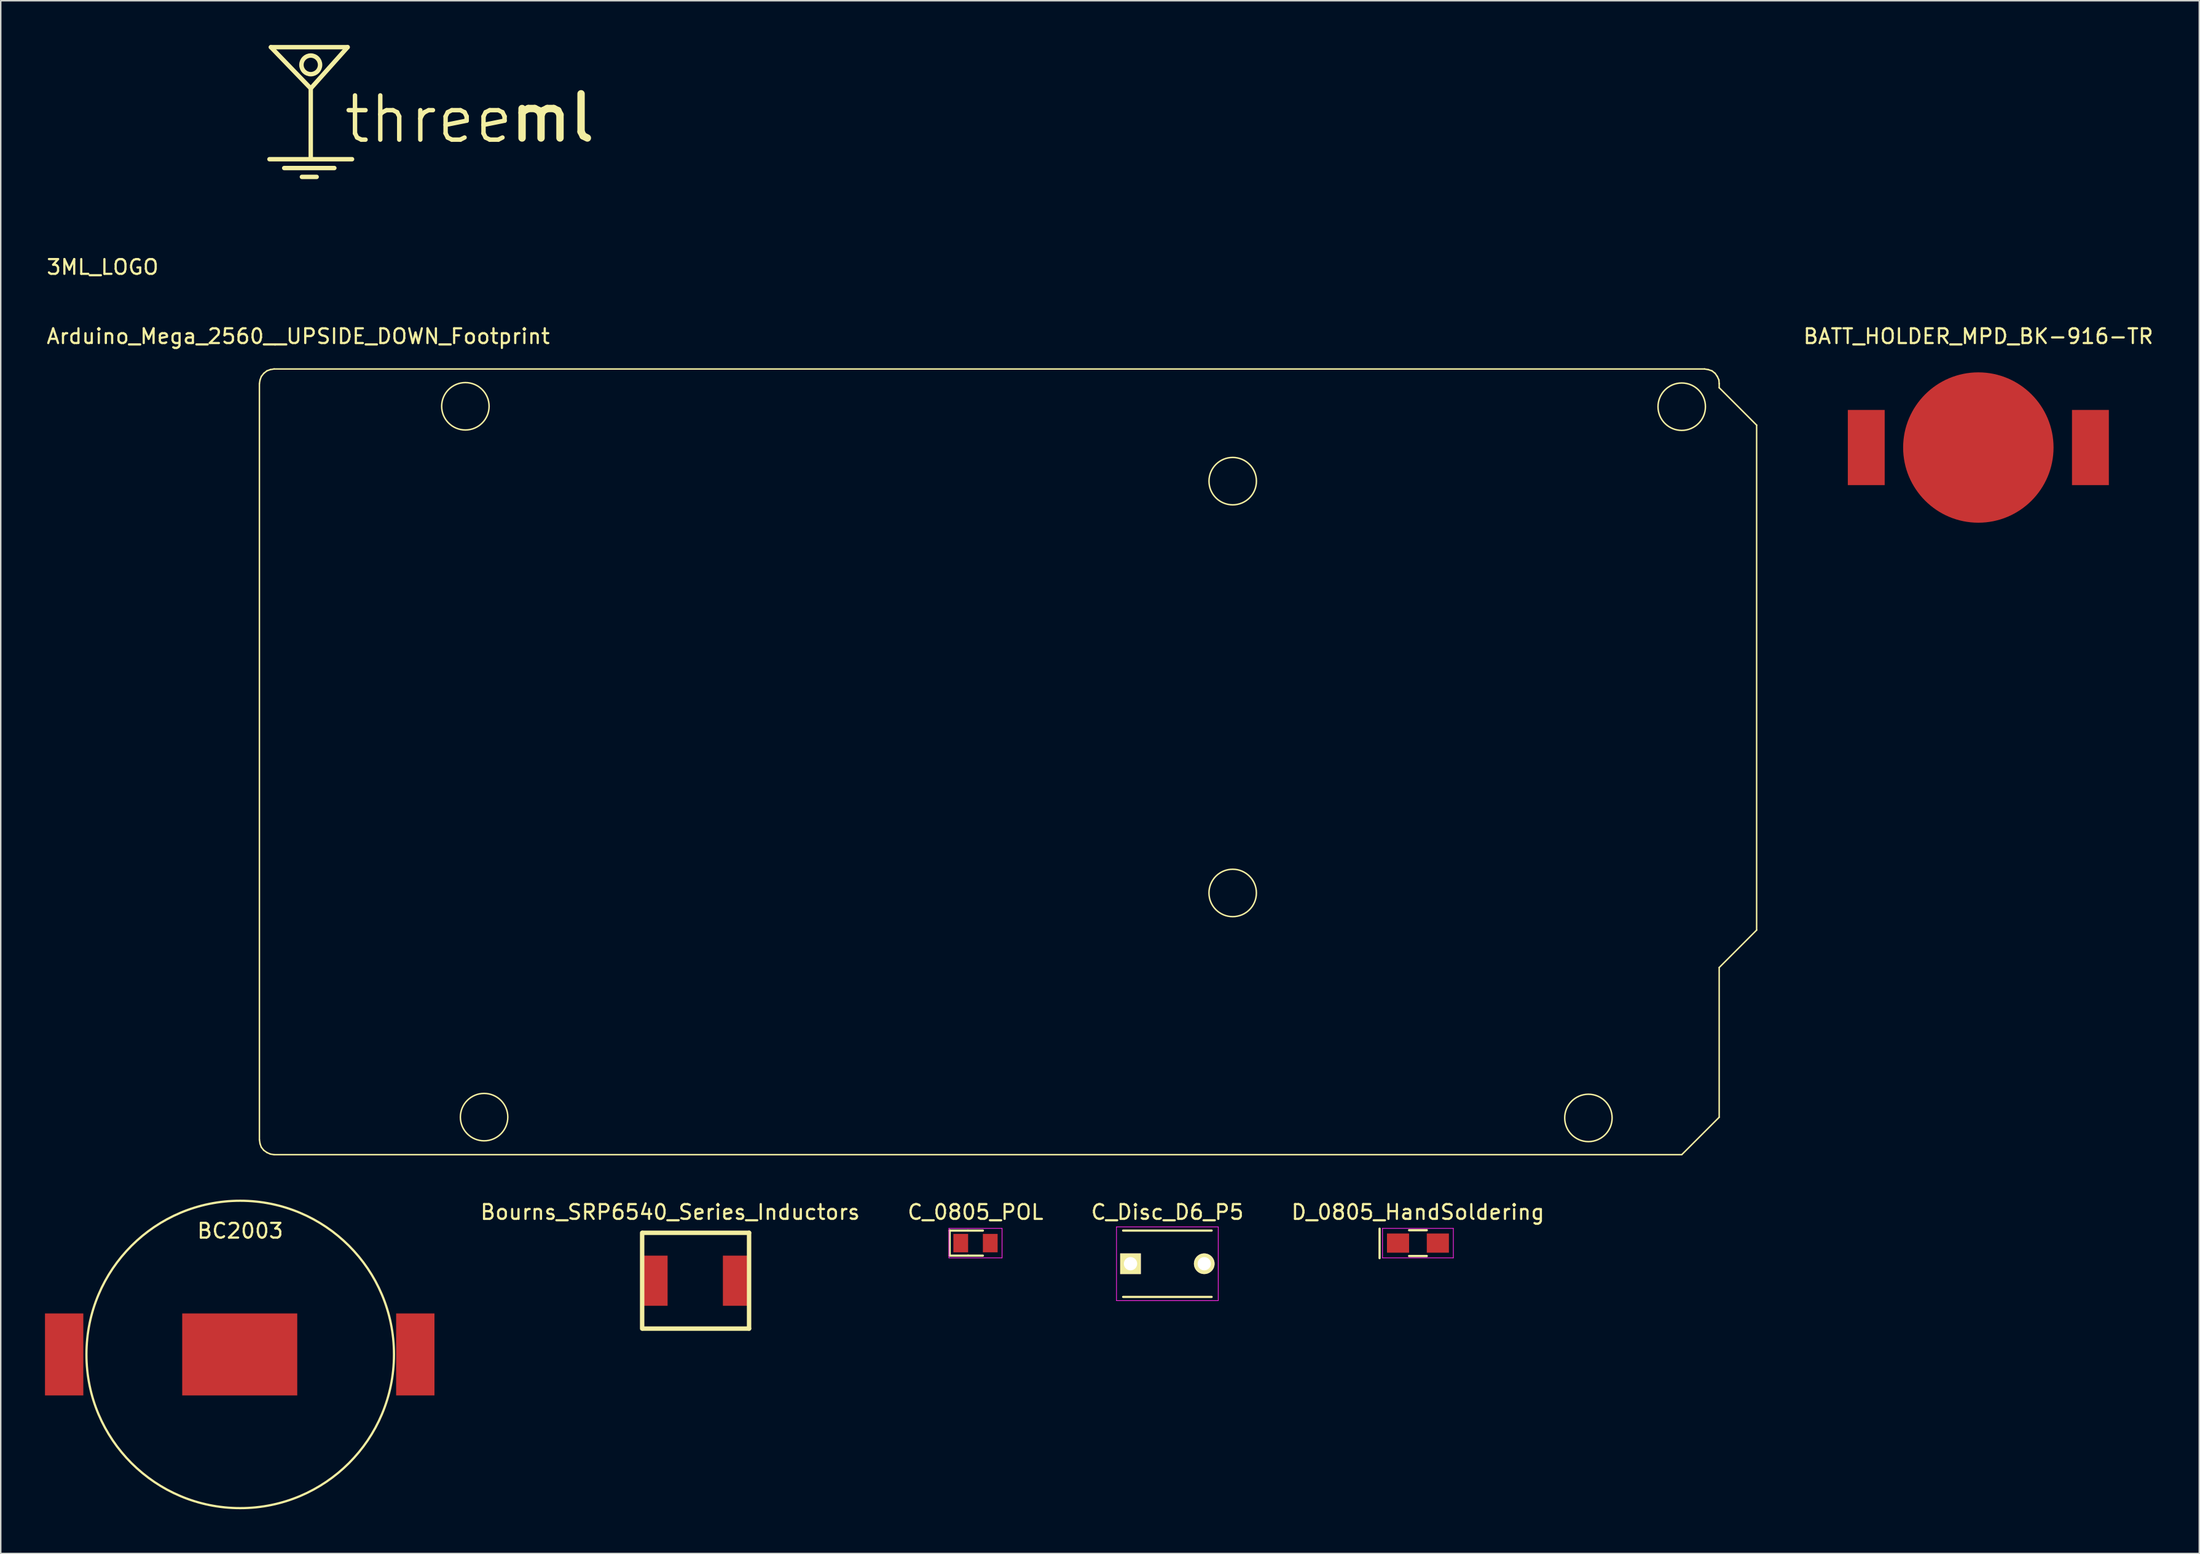
<source format=kicad_pcb>
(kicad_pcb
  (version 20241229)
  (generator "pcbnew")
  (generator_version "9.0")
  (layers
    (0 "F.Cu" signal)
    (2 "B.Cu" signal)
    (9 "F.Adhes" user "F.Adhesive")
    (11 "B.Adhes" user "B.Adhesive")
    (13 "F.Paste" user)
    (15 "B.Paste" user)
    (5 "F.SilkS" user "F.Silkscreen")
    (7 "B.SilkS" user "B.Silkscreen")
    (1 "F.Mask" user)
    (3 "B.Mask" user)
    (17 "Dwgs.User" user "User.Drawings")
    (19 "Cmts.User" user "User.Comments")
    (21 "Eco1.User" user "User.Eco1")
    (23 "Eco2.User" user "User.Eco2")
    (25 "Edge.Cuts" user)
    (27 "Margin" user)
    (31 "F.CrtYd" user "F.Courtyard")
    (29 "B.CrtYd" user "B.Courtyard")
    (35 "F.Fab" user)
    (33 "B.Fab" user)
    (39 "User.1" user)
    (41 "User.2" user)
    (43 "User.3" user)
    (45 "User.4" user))
  (footprint "D_0805_HandSoldering"
    (layer "F.Cu")
    (at 93.095 81.281)
    (property "Reference" "D_0805_HandSoldering" (at 0 -2.1 0) (layer "F.SilkS") (effects (font (size 1 1) (thickness 0.15))))
    (attr smd)
    (fp_line (start -2.6 -0.98) (end -2.6 1.02) (stroke (width 0.15) (type solid)) (layer "F.SilkS"))
    (fp_line (start -0.6 -0.875) (end 0.6 -0.875) (stroke (width 0.15) (type solid)) (layer "F.SilkS"))
    (fp_line (start 0.6 0.875) (end -0.6 0.875) (stroke (width 0.15) (type solid)) (layer "F.SilkS"))
    (fp_line (start -2.4 -1) (end -2.4 1) (stroke (width 0.05) (type solid)) (layer "F.CrtYd"))
    (fp_line (start -2.4 -1) (end 2.4 -1) (stroke (width 0.05) (type solid)) (layer "F.CrtYd"))
    (fp_line (start -2.4 1) (end 2.4 1) (stroke (width 0.05) (type solid)) (layer "F.CrtYd"))
    (fp_line (start 2.4 -1) (end 2.4 1) (stroke (width 0.05) (type solid)) (layer "F.CrtYd"))
    (pad "1" smd rect (at -1.35 0) (size 1.5 1.3) (layers "F.Cu" "F.Mask" "F.Paste"))
    (pad "2" smd rect (at 1.35 0) (size 1.5 1.3) (layers "F.Cu" "F.Mask" "F.Paste")))
  (footprint "Arduino_Mega_2560__UPSIDE_DOWN_Footprint"
    (layer "F.Cu")
    (at 63.553 49.535)
    (property "Reference" "Arduino_Mega_2560__UPSIDE_DOWN_Footprint" (at -46.38 -29.769 0) (layer "F.SilkS") (effects (font (size 1 1) (thickness 0.15))))
    (attr through_hole)
    (fp_line (start -49.013 -26.558) (end -48.971 -26.812) (stroke (width 0.1) (type solid)) (layer "F.SilkS"))
    (fp_line (start -49.013 24.731) (end -49.013 -26.558) (stroke (width 0.1) (type solid)) (layer "F.SilkS"))
    (fp_line (start -48.971 -26.812) (end -48.886 -27.045) (stroke (width 0.1) (type solid)) (layer "F.SilkS"))
    (fp_line (start -48.971 25.006) (end -49.013 24.731) (stroke (width 0.1) (type solid)) (layer "F.SilkS"))
    (fp_line (start -48.886 -27.045) (end -48.717 -27.257) (stroke (width 0.1) (type solid)) (layer "F.SilkS"))
    (fp_line (start -48.886 25.239) (end -48.971 25.006) (stroke (width 0.1) (type solid)) (layer "F.SilkS"))
    (fp_line (start -48.717 -27.257) (end -48.506 -27.426) (stroke (width 0.1) (type solid)) (layer "F.SilkS"))
    (fp_line (start -48.717 25.451) (end -48.886 25.239) (stroke (width 0.1) (type solid)) (layer "F.SilkS"))
    (fp_line (start -48.506 -27.426) (end -48.273 -27.511) (stroke (width 0.1) (type solid)) (layer "F.SilkS"))
    (fp_line (start -48.506 25.599) (end -48.717 25.451) (stroke (width 0.1) (type solid)) (layer "F.SilkS"))
    (fp_line (start -48.273 -27.511) (end -48.019 -27.553) (stroke (width 0.1) (type solid)) (layer "F.SilkS"))
    (fp_line (start -48.273 25.705) (end -48.506 25.599) (stroke (width 0.1) (type solid)) (layer "F.SilkS"))
    (fp_line (start -48.019 -27.553) (end 48.975 -27.553) (stroke (width 0.1) (type solid)) (layer "F.SilkS"))
    (fp_line (start -48.019 25.747) (end -48.273 25.705) (stroke (width 0.1) (type solid)) (layer "F.SilkS"))
    (fp_line (start 47.43 25.747) (end -48.019 25.747) (stroke (width 0.1) (type solid)) (layer "F.SilkS"))
    (fp_line (start 48.975 -27.553) (end 49.229 -27.511) (stroke (width 0.1) (type solid)) (layer "F.SilkS"))
    (fp_line (start 49.229 -27.511) (end 49.483 -27.426) (stroke (width 0.1) (type solid)) (layer "F.SilkS"))
    (fp_line (start 49.483 -27.426) (end 49.694 -27.257) (stroke (width 0.1) (type solid)) (layer "F.SilkS"))
    (fp_line (start 49.694 -27.257) (end 49.842 -27.045) (stroke (width 0.1) (type solid)) (layer "F.SilkS"))
    (fp_line (start 49.842 -27.045) (end 49.948 -26.812) (stroke (width 0.1) (type solid)) (layer "F.SilkS"))
    (fp_line (start 49.948 -26.812) (end 49.969 -26.558) (stroke (width 0.1) (type solid)) (layer "F.SilkS"))
    (fp_line (start 49.969 -26.558) (end 49.969 -26.283) (stroke (width 0.1) (type solid)) (layer "F.SilkS"))
    (fp_line (start 49.969 -26.283) (end 52.508 -23.744) (stroke (width 0.1) (type solid)) (layer "F.SilkS"))
    (fp_line (start 49.969 13.052) (end 49.969 23.208) (stroke (width 0.1) (type solid)) (layer "F.SilkS"))
    (fp_line (start 49.969 23.208) (end 47.43 25.747) (stroke (width 0.1) (type solid)) (layer "F.SilkS"))
    (fp_line (start 52.508 -23.744) (end 52.508 10.512) (stroke (width 0.1) (type solid)) (layer "F.SilkS"))
    (fp_line (start 52.508 10.512) (end 49.969 13.052) (stroke (width 0.1) (type solid)) (layer "F.SilkS"))
    (fp_circle (center -35.047 -25.023) (end -33.439 -25.023) (stroke (width 0.1) (type solid)) (fill no) (layer "F.SilkS"))
    (fp_circle (center -33.778 23.199) (end -32.17 23.199) (stroke (width 0.1) (type solid)) (fill no) (layer "F.SilkS"))
    (fp_circle (center 16.981 7.992) (end 18.589 7.992) (stroke (width 0.1) (type solid)) (fill no) (layer "F.SilkS"))
    (fp_circle (center 16.983 -19.945) (end 18.591 -19.945) (stroke (width 0.1) (type solid)) (fill no) (layer "F.SilkS"))
    (fp_circle (center 41.102 23.254) (end 42.709 23.254) (stroke (width 0.1) (type solid)) (fill no) (layer "F.SilkS"))
    (fp_circle (center 47.429 -24.995) (end 49.037 -24.995) (stroke (width 0.1) (type solid)) (fill no) (layer "F.SilkS")))
  (footprint "3ML_LOGO"
    (layer "F.Cu")
    (at 18.021 7.75)
    (property "Reference" "3ML_LOGO" (at -14.11 7.32 0) (layer "F.SilkS") (effects (font (size 1 1) (thickness 0.15))))
    (attr through_hole)
    (fp_line (start -2.8 0) (end 2.8 0) (stroke (width 0.3) (type solid)) (layer "F.SilkS"))
    (fp_line (start -1.8 0.6) (end 1.6 0.6) (stroke (width 0.3) (type solid)) (layer "F.SilkS"))
    (fp_line (start -0.6 1.2) (end 0.4 1.2) (stroke (width 0.3) (type solid)) (layer "F.SilkS"))
    (fp_line (start 0 -4.8) (end -2.7 -7.6) (stroke (width 0.3) (type solid)) (layer "F.SilkS"))
    (fp_line (start 0 -4.8) (end 2.5 -7.6) (stroke (width 0.3) (type solid)) (layer "F.SilkS"))
    (fp_line (start 0 -0.1) (end 0 -4.8) (stroke (width 0.3) (type solid)) (layer "F.SilkS"))
    (fp_line (start 2.5 -7.6) (end -2.7 -7.6) (stroke (width 0.3) (type solid)) (layer "F.SilkS"))
    (fp_circle (center 0 -6.4) (end 0.6 -6.6) (stroke (width 0.3) (type solid)) (fill no) (layer "F.SilkS"))
    (fp_text user "three" (at 8 -2.7 0) (layer "F.SilkS") (effects (font (size 3 3) (thickness 0.3))))
    (fp_text user "ml" (at 16.4 -2.8 0) (layer "F.SilkS") (effects (font (size 3 3) (thickness 0.5)))))
  (footprint "C_0805_POL"
    (layer "F.Cu")
    (at 63.095 81.281)
    (property "Reference" "C_0805_POL" (at 0 -2.1 0) (layer "F.SilkS") (effects (font (size 1 1) (thickness 0.15))))
    (attr smd)
    (fp_line (start -1.75 -0.85) (end -1.725 -0.85) (stroke (width 0.15) (type solid)) (layer "F.SilkS"))
    (fp_line (start -1.75 0.85) (end -1.75 -0.85) (stroke (width 0.15) (type solid)) (layer "F.SilkS"))
    (fp_line (start -0.525 -0.85) (end -1.75 -0.85) (stroke (width 0.15) (type solid)) (layer "F.SilkS"))
    (fp_line (start -0.5 0.85) (end -1.75 0.85) (stroke (width 0.15) (type solid)) (layer "F.SilkS"))
    (fp_line (start -0.5 0.85) (end 0.5 0.85) (stroke (width 0.15) (type solid)) (layer "F.SilkS"))
    (fp_line (start 0.5 -0.85) (end -0.5 -0.85) (stroke (width 0.15) (type solid)) (layer "F.SilkS"))
    (fp_line (start -1.8 -1) (end -1.8 1) (stroke (width 0.05) (type solid)) (layer "F.CrtYd"))
    (fp_line (start -1.8 -1) (end 1.8 -1) (stroke (width 0.05) (type solid)) (layer "F.CrtYd"))
    (fp_line (start -1.8 1) (end 1.8 1) (stroke (width 0.05) (type solid)) (layer "F.CrtYd"))
    (fp_line (start 1.8 -1) (end 1.8 1) (stroke (width 0.05) (type solid)) (layer "F.CrtYd"))
    (pad "1" smd rect (at -1 0) (size 1 1.25) (layers "F.Cu" "F.Mask" "F.Paste"))
    (pad "2" smd rect (at 1 0) (size 1 1.25) (layers "F.Cu" "F.Mask" "F.Paste")))
  (footprint "BC2003"
    (layer "F.Cu")
    (at 13.238 88.834)
    (property "Reference" "BC2003" (at 0 -8.382 0) (layer "F.SilkS") (effects (font (size 1 1) (thickness 0.15))))
    (attr through_hole)
    (fp_circle (center 0 0) (end 0.508 -10.414) (stroke (width 0.15) (type solid)) (fill no) (layer "F.SilkS"))
    (pad "" smd rect (at 11.872 0) (size 2.6 5.56) (layers "F.Cu" "F.Mask" "F.Paste"))
    (pad "1" smd rect (at -11.938 0) (size 2.6 5.56) (layers "F.Cu" "F.Mask" "F.Paste"))
    (pad "2" smd rect (at -0.033 0) (size 7.8 5.56) (layers "F.Cu" "F.Mask")))
  (footprint "BATT_HOLDER_MPD_BK-916-TR"
    (layer "F.Cu")
    (at 131.094 27.31)
    (property "Reference" "BATT_HOLDER_MPD_BK-916-TR" (at 0 -7.544 0) (layer "F.SilkS") (effects (font (size 1 1) (thickness 0.15))))
    (attr through_hole)
    (pad "" smd rect (at 7.6 0) (size 2.5 5.1) (layers "F.Cu" "F.Mask" "F.Paste"))
    (pad "1" smd rect (at -7.6 0) (size 2.5 5.1) (layers "F.Cu" "F.Mask" "F.Paste"))
    (pad "2" smd circle (at 0 0) (size 10.2 10.2) (layers "F.Cu" "F.Mask" "F.Paste")))
  (footprint "C_Disc_D6_P5"
    (layer "F.Cu")
    (at 73.606 82.681)
    (property "Reference" "C_Disc_D6_P5" (at 2.5 -3.5 0) (layer "F.SilkS") (effects (font (size 1 1) (thickness 0.15))))
    (attr through_hole)
    (fp_line (start -0.5 -2.25) (end 5.5 -2.25) (stroke (width 0.15) (type solid)) (layer "F.SilkS"))
    (fp_line (start 5.5 2.25) (end -0.5 2.25) (stroke (width 0.15) (type solid)) (layer "F.SilkS"))
    (fp_line (start -0.95 -2.5) (end 5.95 -2.5) (stroke (width 0.05) (type solid)) (layer "F.CrtYd"))
    (fp_line (start -0.95 2.5) (end -0.95 -2.5) (stroke (width 0.05) (type solid)) (layer "F.CrtYd"))
    (fp_line (start 5.95 -2.5) (end 5.95 2.5) (stroke (width 0.05) (type solid)) (layer "F.CrtYd"))
    (fp_line (start 5.95 2.5) (end -0.95 2.5) (stroke (width 0.05) (type solid)) (layer "F.CrtYd"))
    (pad "1" thru_hole rect (at 0 0) (size 1.4 1.4) (drill 0.9) (layers "*.Cu" "*.Mask" "F.SilkS"))
    (pad "2" thru_hole circle (at 5 0) (size 1.4 1.4) (drill 0.9) (layers "*.Cu" "*.Mask" "F.SilkS")))
  (footprint "Bourns_SRP6540_Series_Inductors"
    (layer "F.Cu")
    (at 44.192 83.981)
    (property "Reference" "Bourns_SRP6540_Series_Inductors" (at -1.8 -4.8 0) (layer "F.SilkS") (effects (font (size 1 1) (thickness 0.15))))
    (attr through_hole)
    (fp_line (start -3.7 3.1) (end -3.7 -3.4) (stroke (width 0.3) (type solid)) (layer "F.SilkS"))
    (fp_line (start -3.65 -3.4) (end 3.55 -3.4) (stroke (width 0.3) (type solid)) (layer "F.SilkS"))
    (fp_line (start 3.55 -3.4) (end 3.55 3.1) (stroke (width 0.3) (type solid)) (layer "F.SilkS"))
    (fp_line (start 3.55 3.1) (end -3.65 3.1) (stroke (width 0.3) (type solid)) (layer "F.SilkS"))
    (pad "1" smd rect (at -2.9 -0.15) (size 1.85 3.4) (layers "F.Cu" "F.Mask" "F.Paste"))
    (pad "2" smd rect (at 2.7 -0.15) (size 1.85 3.4) (layers "F.Cu" "F.Mask" "F.Paste")))
  (gr_rect
    (start -3 -3)
    (end 146.076 102.335)
    (stroke (width 0.1) (type default))
    (fill no)
    (layer "Edge.Cuts")))
</source>
